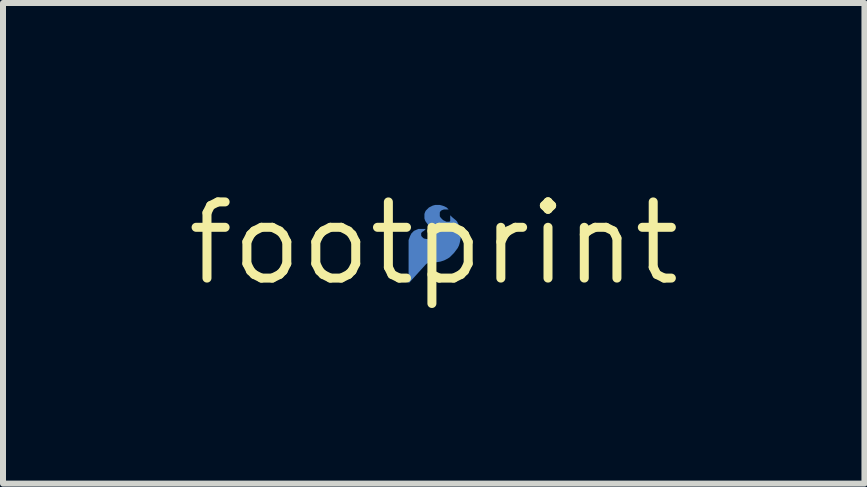
<source format=kicad_pcb>
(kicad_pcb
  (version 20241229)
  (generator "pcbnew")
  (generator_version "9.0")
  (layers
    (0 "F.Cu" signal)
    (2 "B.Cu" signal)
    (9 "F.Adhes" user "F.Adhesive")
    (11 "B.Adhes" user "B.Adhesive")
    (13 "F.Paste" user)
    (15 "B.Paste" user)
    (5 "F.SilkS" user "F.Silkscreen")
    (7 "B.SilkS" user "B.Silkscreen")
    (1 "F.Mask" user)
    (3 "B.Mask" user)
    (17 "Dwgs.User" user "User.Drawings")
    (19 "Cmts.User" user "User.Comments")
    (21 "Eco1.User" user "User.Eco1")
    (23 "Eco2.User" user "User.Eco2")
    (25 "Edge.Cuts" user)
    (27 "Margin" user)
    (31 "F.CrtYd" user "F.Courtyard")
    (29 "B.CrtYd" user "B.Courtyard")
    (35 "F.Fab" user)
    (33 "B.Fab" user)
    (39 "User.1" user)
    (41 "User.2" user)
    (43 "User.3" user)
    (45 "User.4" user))
  (footprint "footprint"
    (layer "F.Cu")
    (at 4.18 1.006)
    (property "Reference" "footprint" (at 0 0 0) (layer "F.SilkS") (effects (font (size 1.27 1.27) (thickness 0.15))))
    (fp_poly (pts (xy 0.142 -0.629) (xy 0.173 -0.619) (xy 0.216 -0.597) (xy 0.249 -0.564) (xy 0.17 -0.564) (xy 0.143 -0.555) (xy 0.126 -0.547) (xy 0.108 -0.529) (xy 0.101 -0.514) (xy 0.101 -0.451) (xy 0.118 -0.425) (xy 0.156 -0.387) (xy 0.211 -0.36) (xy 0.263 -0.36) (xy 0.275 -0.372) (xy 0.275 -0.468) (xy 0.307 -0.436) (xy 0.367 -0.386) (xy 0.388 -0.365) (xy 0.42 -0.302) (xy 0.43 -0.271) (xy 0.44 -0.23) (xy 0.451 -0.168) (xy 0.451 -0.096) (xy 0.44 -0.034) (xy 0.43 0.007) (xy 0.42 0.038) (xy 0.399 0.08) (xy 0.338 0.161) (xy 0.266 0.233) (xy 0.234 0.254) (xy 0.173 0.285) (xy 0.111 0.305) (xy 0.039 0.316) (xy -0.05 0.316) (xy -0.088 0.325) (xy -0.124 0.343) (xy -0.419 0.668) (xy -0.419 -0.053) (xy -0.394 -0.122) (xy -0.372 -0.165) (xy -0.329 -0.208) (xy -0.255 -0.24) (xy -0.131 -0.24) (xy -0.164 -0.207) (xy -0.184 -0.197) (xy -0.209 -0.172) (xy -0.209 -0.13) (xy -0.202 -0.115) (xy -0.174 -0.087) (xy -0.158 -0.079) (xy -0.111 -0.07) (xy -0.104 -0.07) (xy -0.066 -0.079) (xy -0.03 -0.097) (xy -0.012 -0.115) (xy -0.005 -0.13) (xy -0.005 -0.204) (xy -0.012 -0.219) (xy -0.072 -0.279) (xy -0.133 -0.36) (xy -0.144 -0.382) (xy -0.155 -0.415) (xy -0.155 -0.489) (xy -0.144 -0.522) (xy -0.132 -0.545) (xy -0.08 -0.597) (xy -0.016 -0.629) (xy 0.026 -0.64) (xy 0.1 -0.64)) (stroke (width 0) (type solid)) (fill yes) (layer "B.Cu")))
  (gr_rect
    (start -3 -3)
    (end 11.36 5.012)
    (stroke (width 0.1) (type default))
    (fill no)
    (layer "Edge.Cuts")))
</source>
